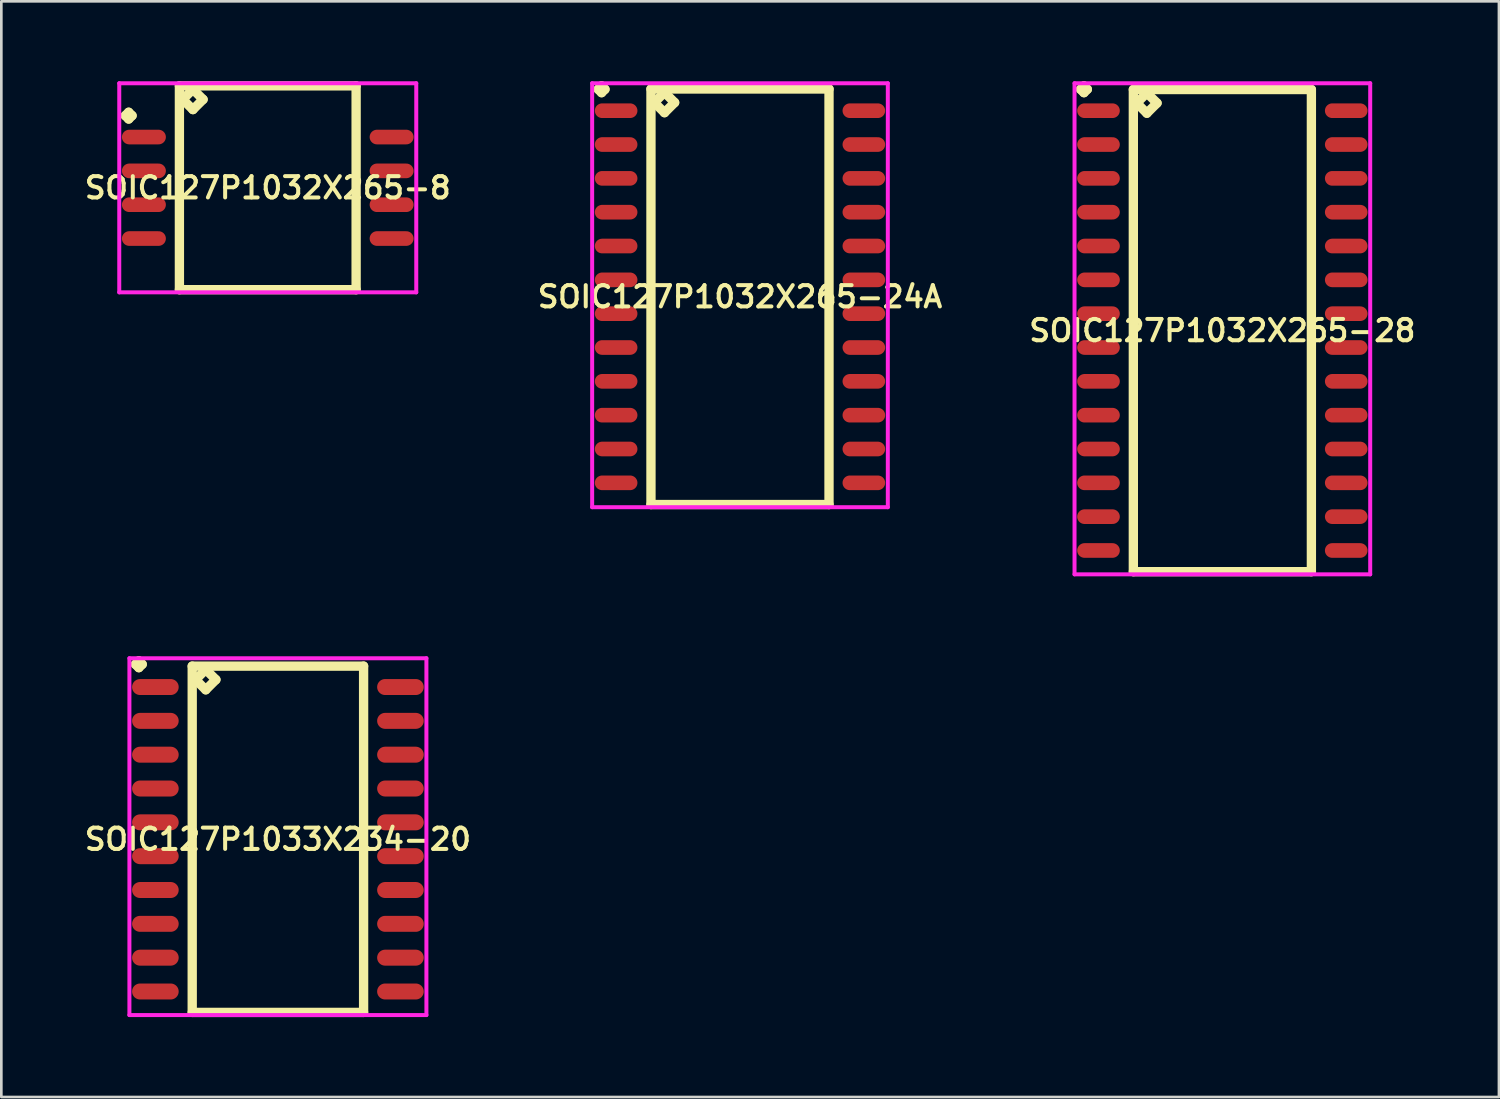
<source format=kicad_pcb>
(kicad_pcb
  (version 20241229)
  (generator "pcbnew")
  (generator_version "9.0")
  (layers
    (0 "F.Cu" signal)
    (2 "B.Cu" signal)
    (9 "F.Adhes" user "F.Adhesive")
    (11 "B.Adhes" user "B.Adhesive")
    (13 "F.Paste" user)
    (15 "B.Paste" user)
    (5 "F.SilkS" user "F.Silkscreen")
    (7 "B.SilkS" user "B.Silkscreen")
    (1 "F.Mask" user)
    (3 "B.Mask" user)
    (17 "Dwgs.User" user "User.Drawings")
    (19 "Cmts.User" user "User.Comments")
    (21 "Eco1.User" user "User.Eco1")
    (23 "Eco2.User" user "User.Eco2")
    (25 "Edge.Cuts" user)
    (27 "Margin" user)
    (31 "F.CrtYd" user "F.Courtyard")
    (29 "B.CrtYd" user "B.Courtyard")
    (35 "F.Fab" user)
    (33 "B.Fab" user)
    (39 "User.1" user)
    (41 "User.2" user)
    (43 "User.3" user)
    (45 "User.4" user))
  (footprint "SOIC127P1033X234-20"
    (layer "F.Cu")
    (at 7.383 28.457)
    (property "Reference" "SOIC127P1033X234-20" (at 0 0 0) (layer "F.SilkS") (effects (font (size 0.8 0.8) (thickness 0.15))))
    (attr smd)
    (fp_line (start -5.348 -6.569) (end -5.221 -6.696) (stroke (width 0.35) (type solid)) (layer "F.SilkS"))
    (fp_line (start -5.221 -6.696) (end -5.094 -6.569) (stroke (width 0.35) (type solid)) (layer "F.SilkS"))
    (fp_line (start -5.221 -6.442) (end -5.348 -6.569) (stroke (width 0.35) (type solid)) (layer "F.SilkS"))
    (fp_line (start -5.094 -6.569) (end -5.221 -6.442) (stroke (width 0.35) (type solid)) (layer "F.SilkS"))
    (fp_line (start -3.217 -6.5) (end -3.217 6.5) (stroke (width 0.35) (type solid)) (layer "F.SilkS"))
    (fp_line (start -3.217 6.5) (end 3.217 6.5) (stroke (width 0.35) (type solid)) (layer "F.SilkS"))
    (fp_line (start -3.09 -5.992) (end -2.709 -6.373) (stroke (width 0.35) (type solid)) (layer "F.SilkS"))
    (fp_line (start -2.709 -6.373) (end -2.328 -5.992) (stroke (width 0.35) (type solid)) (layer "F.SilkS"))
    (fp_line (start -2.709 -5.611) (end -3.09 -5.992) (stroke (width 0.35) (type solid)) (layer "F.SilkS"))
    (fp_line (start -2.328 -5.992) (end -2.709 -5.611) (stroke (width 0.35) (type solid)) (layer "F.SilkS"))
    (fp_line (start 3.217 -6.5) (end -3.217 -6.5) (stroke (width 0.35) (type solid)) (layer "F.SilkS"))
    (fp_line (start 3.217 6.5) (end 3.217 -6.5) (stroke (width 0.35) (type solid)) (layer "F.SilkS"))
    (fp_line (start -5.575 -6.796) (end 5.575 -6.796) (stroke (width 0.15) (type solid)) (layer "F.CrtYd"))
    (fp_line (start -5.575 6.6) (end -5.575 -6.796) (stroke (width 0.15) (type solid)) (layer "F.CrtYd"))
    (fp_line (start 5.575 -6.796) (end 5.575 6.6) (stroke (width 0.15) (type solid)) (layer "F.CrtYd"))
    (fp_line (start 5.575 6.6) (end -5.575 6.6) (stroke (width 0.15) (type solid)) (layer "F.CrtYd"))
    (pad "1" smd oval (at -4.6 -5.715) (size 1.75 0.6) (layers "F.Cu" "F.Mask" "F.Paste"))
    (pad "2" smd oval (at -4.6 -4.445) (size 1.75 0.6) (layers "F.Cu" "F.Mask" "F.Paste"))
    (pad "3" smd oval (at -4.6 -3.175) (size 1.75 0.6) (layers "F.Cu" "F.Mask" "F.Paste"))
    (pad "4" smd oval (at -4.6 -1.905) (size 1.75 0.6) (layers "F.Cu" "F.Mask" "F.Paste"))
    (pad "5" smd oval (at -4.6 -0.635) (size 1.75 0.6) (layers "F.Cu" "F.Mask" "F.Paste"))
    (pad "6" smd oval (at -4.6 0.635) (size 1.75 0.6) (layers "F.Cu" "F.Mask" "F.Paste"))
    (pad "7" smd oval (at -4.6 1.905) (size 1.75 0.6) (layers "F.Cu" "F.Mask" "F.Paste"))
    (pad "8" smd oval (at -4.6 3.175) (size 1.75 0.6) (layers "F.Cu" "F.Mask" "F.Paste"))
    (pad "9" smd oval (at -4.6 4.445) (size 1.75 0.6) (layers "F.Cu" "F.Mask" "F.Paste"))
    (pad "10" smd oval (at -4.6 5.715) (size 1.75 0.6) (layers "F.Cu" "F.Mask" "F.Paste"))
    (pad "11" smd oval (at 4.6 5.715) (size 1.75 0.6) (layers "F.Cu" "F.Mask" "F.Paste"))
    (pad "12" smd oval (at 4.6 4.445) (size 1.75 0.6) (layers "F.Cu" "F.Mask" "F.Paste"))
    (pad "13" smd oval (at 4.6 3.175) (size 1.75 0.6) (layers "F.Cu" "F.Mask" "F.Paste"))
    (pad "14" smd oval (at 4.6 1.905) (size 1.75 0.6) (layers "F.Cu" "F.Mask" "F.Paste"))
    (pad "15" smd oval (at 4.6 0.635) (size 1.75 0.6) (layers "F.Cu" "F.Mask" "F.Paste"))
    (pad "16" smd oval (at 4.6 -0.635) (size 1.75 0.6) (layers "F.Cu" "F.Mask" "F.Paste"))
    (pad "17" smd oval (at 4.6 -1.905) (size 1.75 0.6) (layers "F.Cu" "F.Mask" "F.Paste"))
    (pad "18" smd oval (at 4.6 -3.175) (size 1.75 0.6) (layers "F.Cu" "F.Mask" "F.Paste"))
    (pad "19" smd oval (at 4.6 -4.445) (size 1.75 0.6) (layers "F.Cu" "F.Mask" "F.Paste"))
    (pad "20" smd oval (at 4.6 -5.715) (size 1.75 0.6) (layers "F.Cu" "F.Mask" "F.Paste")))
  (footprint "SOIC127P1032X265-28"
    (layer "F.Cu")
    (at 42.839 9.361)
    (property "Reference" "SOIC127P1032X265-28" (at 0 0 0) (layer "F.SilkS") (effects (font (size 0.8 0.8) (thickness 0.15))))
    (attr smd)
    (fp_line (start -5.323 -9.059) (end -5.196 -9.186) (stroke (width 0.35) (type solid)) (layer "F.SilkS"))
    (fp_line (start -5.196 -9.186) (end -5.069 -9.059) (stroke (width 0.35) (type solid)) (layer "F.SilkS"))
    (fp_line (start -5.196 -8.932) (end -5.323 -9.059) (stroke (width 0.35) (type solid)) (layer "F.SilkS"))
    (fp_line (start -5.069 -9.059) (end -5.196 -8.932) (stroke (width 0.35) (type solid)) (layer "F.SilkS"))
    (fp_line (start -3.342 -9.05) (end -3.342 9.05) (stroke (width 0.35) (type solid)) (layer "F.SilkS"))
    (fp_line (start -3.342 9.05) (end 3.342 9.05) (stroke (width 0.35) (type solid)) (layer "F.SilkS"))
    (fp_line (start -3.215 -8.542) (end -2.834 -8.923) (stroke (width 0.35) (type solid)) (layer "F.SilkS"))
    (fp_line (start -2.834 -8.923) (end -2.453 -8.542) (stroke (width 0.35) (type solid)) (layer "F.SilkS"))
    (fp_line (start -2.834 -8.161) (end -3.215 -8.542) (stroke (width 0.35) (type solid)) (layer "F.SilkS"))
    (fp_line (start -2.453 -8.542) (end -2.834 -8.161) (stroke (width 0.35) (type solid)) (layer "F.SilkS"))
    (fp_line (start 3.342 -9.05) (end -3.342 -9.05) (stroke (width 0.35) (type solid)) (layer "F.SilkS"))
    (fp_line (start 3.342 9.05) (end 3.342 -9.05) (stroke (width 0.35) (type solid)) (layer "F.SilkS"))
    (fp_line (start -5.55 -9.286) (end 5.55 -9.286) (stroke (width 0.15) (type solid)) (layer "F.CrtYd"))
    (fp_line (start -5.55 9.15) (end -5.55 -9.286) (stroke (width 0.15) (type solid)) (layer "F.CrtYd"))
    (fp_line (start 5.55 -9.286) (end 5.55 9.15) (stroke (width 0.15) (type solid)) (layer "F.CrtYd"))
    (fp_line (start 5.55 9.15) (end -5.55 9.15) (stroke (width 0.15) (type solid)) (layer "F.CrtYd"))
    (pad "1" smd oval (at -4.65 -8.255) (size 1.6 0.55) (layers "F.Cu" "F.Mask" "F.Paste"))
    (pad "2" smd oval (at -4.65 -6.985) (size 1.6 0.55) (layers "F.Cu" "F.Mask" "F.Paste"))
    (pad "3" smd oval (at -4.65 -5.715) (size 1.6 0.55) (layers "F.Cu" "F.Mask" "F.Paste"))
    (pad "4" smd oval (at -4.65 -4.445) (size 1.6 0.55) (layers "F.Cu" "F.Mask" "F.Paste"))
    (pad "5" smd oval (at -4.65 -3.175) (size 1.6 0.55) (layers "F.Cu" "F.Mask" "F.Paste"))
    (pad "6" smd oval (at -4.65 -1.905) (size 1.6 0.55) (layers "F.Cu" "F.Mask" "F.Paste"))
    (pad "7" smd oval (at -4.65 -0.635) (size 1.6 0.55) (layers "F.Cu" "F.Mask" "F.Paste"))
    (pad "8" smd oval (at -4.65 0.635) (size 1.6 0.55) (layers "F.Cu" "F.Mask" "F.Paste"))
    (pad "9" smd oval (at -4.65 1.905) (size 1.6 0.55) (layers "F.Cu" "F.Mask" "F.Paste"))
    (pad "10" smd oval (at -4.65 3.175) (size 1.6 0.55) (layers "F.Cu" "F.Mask" "F.Paste"))
    (pad "11" smd oval (at -4.65 4.445) (size 1.6 0.55) (layers "F.Cu" "F.Mask" "F.Paste"))
    (pad "12" smd oval (at -4.65 5.715) (size 1.6 0.55) (layers "F.Cu" "F.Mask" "F.Paste"))
    (pad "13" smd oval (at -4.65 6.985) (size 1.6 0.55) (layers "F.Cu" "F.Mask" "F.Paste"))
    (pad "14" smd oval (at -4.65 8.255) (size 1.6 0.55) (layers "F.Cu" "F.Mask" "F.Paste"))
    (pad "15" smd oval (at 4.65 8.255) (size 1.6 0.55) (layers "F.Cu" "F.Mask" "F.Paste"))
    (pad "16" smd oval (at 4.65 6.985) (size 1.6 0.55) (layers "F.Cu" "F.Mask" "F.Paste"))
    (pad "17" smd oval (at 4.65 5.715) (size 1.6 0.55) (layers "F.Cu" "F.Mask" "F.Paste"))
    (pad "18" smd oval (at 4.65 4.445) (size 1.6 0.55) (layers "F.Cu" "F.Mask" "F.Paste"))
    (pad "19" smd oval (at 4.65 3.175) (size 1.6 0.55) (layers "F.Cu" "F.Mask" "F.Paste"))
    (pad "20" smd oval (at 4.65 1.905) (size 1.6 0.55) (layers "F.Cu" "F.Mask" "F.Paste"))
    (pad "21" smd oval (at 4.65 0.635) (size 1.6 0.55) (layers "F.Cu" "F.Mask" "F.Paste"))
    (pad "22" smd oval (at 4.65 -0.635) (size 1.6 0.55) (layers "F.Cu" "F.Mask" "F.Paste"))
    (pad "23" smd oval (at 4.65 -1.905) (size 1.6 0.55) (layers "F.Cu" "F.Mask" "F.Paste"))
    (pad "24" smd oval (at 4.65 -3.175) (size 1.6 0.55) (layers "F.Cu" "F.Mask" "F.Paste"))
    (pad "25" smd oval (at 4.65 -4.445) (size 1.6 0.55) (layers "F.Cu" "F.Mask" "F.Paste"))
    (pad "26" smd oval (at 4.65 -5.715) (size 1.6 0.55) (layers "F.Cu" "F.Mask" "F.Paste"))
    (pad "27" smd oval (at 4.65 -6.985) (size 1.6 0.55) (layers "F.Cu" "F.Mask" "F.Paste"))
    (pad "28" smd oval (at 4.65 -8.255) (size 1.6 0.55) (layers "F.Cu" "F.Mask" "F.Paste")))
  (footprint "SOIC127P1032X265-24A"
    (layer "F.Cu")
    (at 24.73 8.091)
    (property "Reference" "SOIC127P1032X265-24A" (at 0 0 0) (layer "F.SilkS") (effects (font (size 0.8 0.8) (thickness 0.15))))
    (attr smd)
    (fp_line (start -5.323 -7.789) (end -5.196 -7.916) (stroke (width 0.35) (type solid)) (layer "F.SilkS"))
    (fp_line (start -5.196 -7.916) (end -5.069 -7.789) (stroke (width 0.35) (type solid)) (layer "F.SilkS"))
    (fp_line (start -5.196 -7.662) (end -5.323 -7.789) (stroke (width 0.35) (type solid)) (layer "F.SilkS"))
    (fp_line (start -5.069 -7.789) (end -5.196 -7.662) (stroke (width 0.35) (type solid)) (layer "F.SilkS"))
    (fp_line (start -3.342 -7.8) (end -3.342 7.8) (stroke (width 0.35) (type solid)) (layer "F.SilkS"))
    (fp_line (start -3.342 7.8) (end 3.342 7.8) (stroke (width 0.35) (type solid)) (layer "F.SilkS"))
    (fp_line (start -3.215 -7.292) (end -2.834 -7.673) (stroke (width 0.35) (type solid)) (layer "F.SilkS"))
    (fp_line (start -2.834 -7.673) (end -2.453 -7.292) (stroke (width 0.35) (type solid)) (layer "F.SilkS"))
    (fp_line (start -2.834 -6.911) (end -3.215 -7.292) (stroke (width 0.35) (type solid)) (layer "F.SilkS"))
    (fp_line (start -2.453 -7.292) (end -2.834 -6.911) (stroke (width 0.35) (type solid)) (layer "F.SilkS"))
    (fp_line (start 3.342 -7.8) (end -3.342 -7.8) (stroke (width 0.35) (type solid)) (layer "F.SilkS"))
    (fp_line (start 3.342 7.8) (end 3.342 -7.8) (stroke (width 0.35) (type solid)) (layer "F.SilkS"))
    (fp_line (start -5.55 -8.016) (end 5.55 -8.016) (stroke (width 0.15) (type solid)) (layer "F.CrtYd"))
    (fp_line (start -5.55 7.9) (end -5.55 -8.016) (stroke (width 0.15) (type solid)) (layer "F.CrtYd"))
    (fp_line (start 5.55 -8.016) (end 5.55 7.9) (stroke (width 0.15) (type solid)) (layer "F.CrtYd"))
    (fp_line (start 5.55 7.9) (end -5.55 7.9) (stroke (width 0.15) (type solid)) (layer "F.CrtYd"))
    (pad "1" smd oval (at -4.65 -6.985) (size 1.6 0.55) (layers "F.Cu" "F.Mask" "F.Paste"))
    (pad "2" smd oval (at -4.65 -5.715) (size 1.6 0.55) (layers "F.Cu" "F.Mask" "F.Paste"))
    (pad "3" smd oval (at -4.65 -4.445) (size 1.6 0.55) (layers "F.Cu" "F.Mask" "F.Paste"))
    (pad "4" smd oval (at -4.65 -3.175) (size 1.6 0.55) (layers "F.Cu" "F.Mask" "F.Paste"))
    (pad "5" smd oval (at -4.65 -1.905) (size 1.6 0.55) (layers "F.Cu" "F.Mask" "F.Paste"))
    (pad "6" smd oval (at -4.65 -0.635) (size 1.6 0.55) (layers "F.Cu" "F.Mask" "F.Paste"))
    (pad "7" smd oval (at -4.65 0.635) (size 1.6 0.55) (layers "F.Cu" "F.Mask" "F.Paste"))
    (pad "8" smd oval (at -4.65 1.905) (size 1.6 0.55) (layers "F.Cu" "F.Mask" "F.Paste"))
    (pad "9" smd oval (at -4.65 3.175) (size 1.6 0.55) (layers "F.Cu" "F.Mask" "F.Paste"))
    (pad "10" smd oval (at -4.65 4.445) (size 1.6 0.55) (layers "F.Cu" "F.Mask" "F.Paste"))
    (pad "11" smd oval (at -4.65 5.715) (size 1.6 0.55) (layers "F.Cu" "F.Mask" "F.Paste"))
    (pad "12" smd oval (at -4.65 6.985) (size 1.6 0.55) (layers "F.Cu" "F.Mask" "F.Paste"))
    (pad "13" smd oval (at 4.65 6.985) (size 1.6 0.55) (layers "F.Cu" "F.Mask" "F.Paste"))
    (pad "14" smd oval (at 4.65 5.715) (size 1.6 0.55) (layers "F.Cu" "F.Mask" "F.Paste"))
    (pad "15" smd oval (at 4.65 4.445) (size 1.6 0.55) (layers "F.Cu" "F.Mask" "F.Paste"))
    (pad "16" smd oval (at 4.65 3.175) (size 1.6 0.55) (layers "F.Cu" "F.Mask" "F.Paste"))
    (pad "17" smd oval (at 4.65 1.905) (size 1.6 0.55) (layers "F.Cu" "F.Mask" "F.Paste"))
    (pad "18" smd oval (at 4.65 0.635) (size 1.6 0.55) (layers "F.Cu" "F.Mask" "F.Paste"))
    (pad "19" smd oval (at 4.65 -0.635) (size 1.6 0.55) (layers "F.Cu" "F.Mask" "F.Paste"))
    (pad "20" smd oval (at 4.65 -1.905) (size 1.6 0.55) (layers "F.Cu" "F.Mask" "F.Paste"))
    (pad "21" smd oval (at 4.65 -3.175) (size 1.6 0.55) (layers "F.Cu" "F.Mask" "F.Paste"))
    (pad "22" smd oval (at 4.65 -4.445) (size 1.6 0.55) (layers "F.Cu" "F.Mask" "F.Paste"))
    (pad "23" smd oval (at 4.65 -5.715) (size 1.6 0.55) (layers "F.Cu" "F.Mask" "F.Paste"))
    (pad "24" smd oval (at 4.65 -6.985) (size 1.6 0.55) (layers "F.Cu" "F.Mask" "F.Paste")))
  (footprint "SOIC127P1032X265-8"
    (layer "F.Cu")
    (at 7.002 4)
    (property "Reference" "SOIC127P1032X265-8" (at 0 0 0) (layer "F.SilkS") (effects (font (size 0.8 0.8) (thickness 0.15))))
    (attr smd)
    (fp_line (start -5.348 -2.709) (end -5.221 -2.836) (stroke (width 0.35) (type solid)) (layer "F.SilkS"))
    (fp_line (start -5.221 -2.836) (end -5.094 -2.709) (stroke (width 0.35) (type solid)) (layer "F.SilkS"))
    (fp_line (start -5.221 -2.582) (end -5.348 -2.709) (stroke (width 0.35) (type solid)) (layer "F.SilkS"))
    (fp_line (start -5.094 -2.709) (end -5.221 -2.582) (stroke (width 0.35) (type solid)) (layer "F.SilkS"))
    (fp_line (start -3.317 -3.825) (end -3.317 3.825) (stroke (width 0.35) (type solid)) (layer "F.SilkS"))
    (fp_line (start -3.317 3.825) (end 3.317 3.825) (stroke (width 0.35) (type solid)) (layer "F.SilkS"))
    (fp_line (start -3.19 -3.317) (end -2.809 -3.698) (stroke (width 0.35) (type solid)) (layer "F.SilkS"))
    (fp_line (start -2.809 -3.698) (end -2.428 -3.317) (stroke (width 0.35) (type solid)) (layer "F.SilkS"))
    (fp_line (start -2.809 -2.936) (end -3.19 -3.317) (stroke (width 0.35) (type solid)) (layer "F.SilkS"))
    (fp_line (start -2.428 -3.317) (end -2.809 -2.936) (stroke (width 0.35) (type solid)) (layer "F.SilkS"))
    (fp_line (start 3.317 -3.825) (end -3.317 -3.825) (stroke (width 0.35) (type solid)) (layer "F.SilkS"))
    (fp_line (start 3.317 3.825) (end 3.317 -3.825) (stroke (width 0.35) (type solid)) (layer "F.SilkS"))
    (fp_line (start -5.575 -3.925) (end 5.575 -3.925) (stroke (width 0.15) (type solid)) (layer "F.CrtYd"))
    (fp_line (start -5.575 3.925) (end -5.575 -3.925) (stroke (width 0.15) (type solid)) (layer "F.CrtYd"))
    (fp_line (start 5.575 -3.925) (end 5.575 3.925) (stroke (width 0.15) (type solid)) (layer "F.CrtYd"))
    (fp_line (start 5.575 3.925) (end -5.575 3.925) (stroke (width 0.15) (type solid)) (layer "F.CrtYd"))
    (pad "1" smd oval (at -4.65 -1.905) (size 1.65 0.55) (layers "F.Cu" "F.Mask" "F.Paste"))
    (pad "2" smd oval (at -4.65 -0.635) (size 1.65 0.55) (layers "F.Cu" "F.Mask" "F.Paste"))
    (pad "3" smd oval (at -4.65 0.635) (size 1.65 0.55) (layers "F.Cu" "F.Mask" "F.Paste"))
    (pad "4" smd oval (at -4.65 1.905) (size 1.65 0.55) (layers "F.Cu" "F.Mask" "F.Paste"))
    (pad "5" smd oval (at 4.65 1.905) (size 1.65 0.55) (layers "F.Cu" "F.Mask" "F.Paste"))
    (pad "6" smd oval (at 4.65 0.635) (size 1.65 0.55) (layers "F.Cu" "F.Mask" "F.Paste"))
    (pad "7" smd oval (at 4.65 -0.635) (size 1.65 0.55) (layers "F.Cu" "F.Mask" "F.Paste"))
    (pad "8" smd oval (at 4.65 -1.905) (size 1.65 0.55) (layers "F.Cu" "F.Mask" "F.Paste")))
  (gr_rect
    (start -3 -3)
    (end 53.222 38.132)
    (stroke (width 0.1) (type default))
    (fill no)
    (layer "Edge.Cuts")))
</source>
